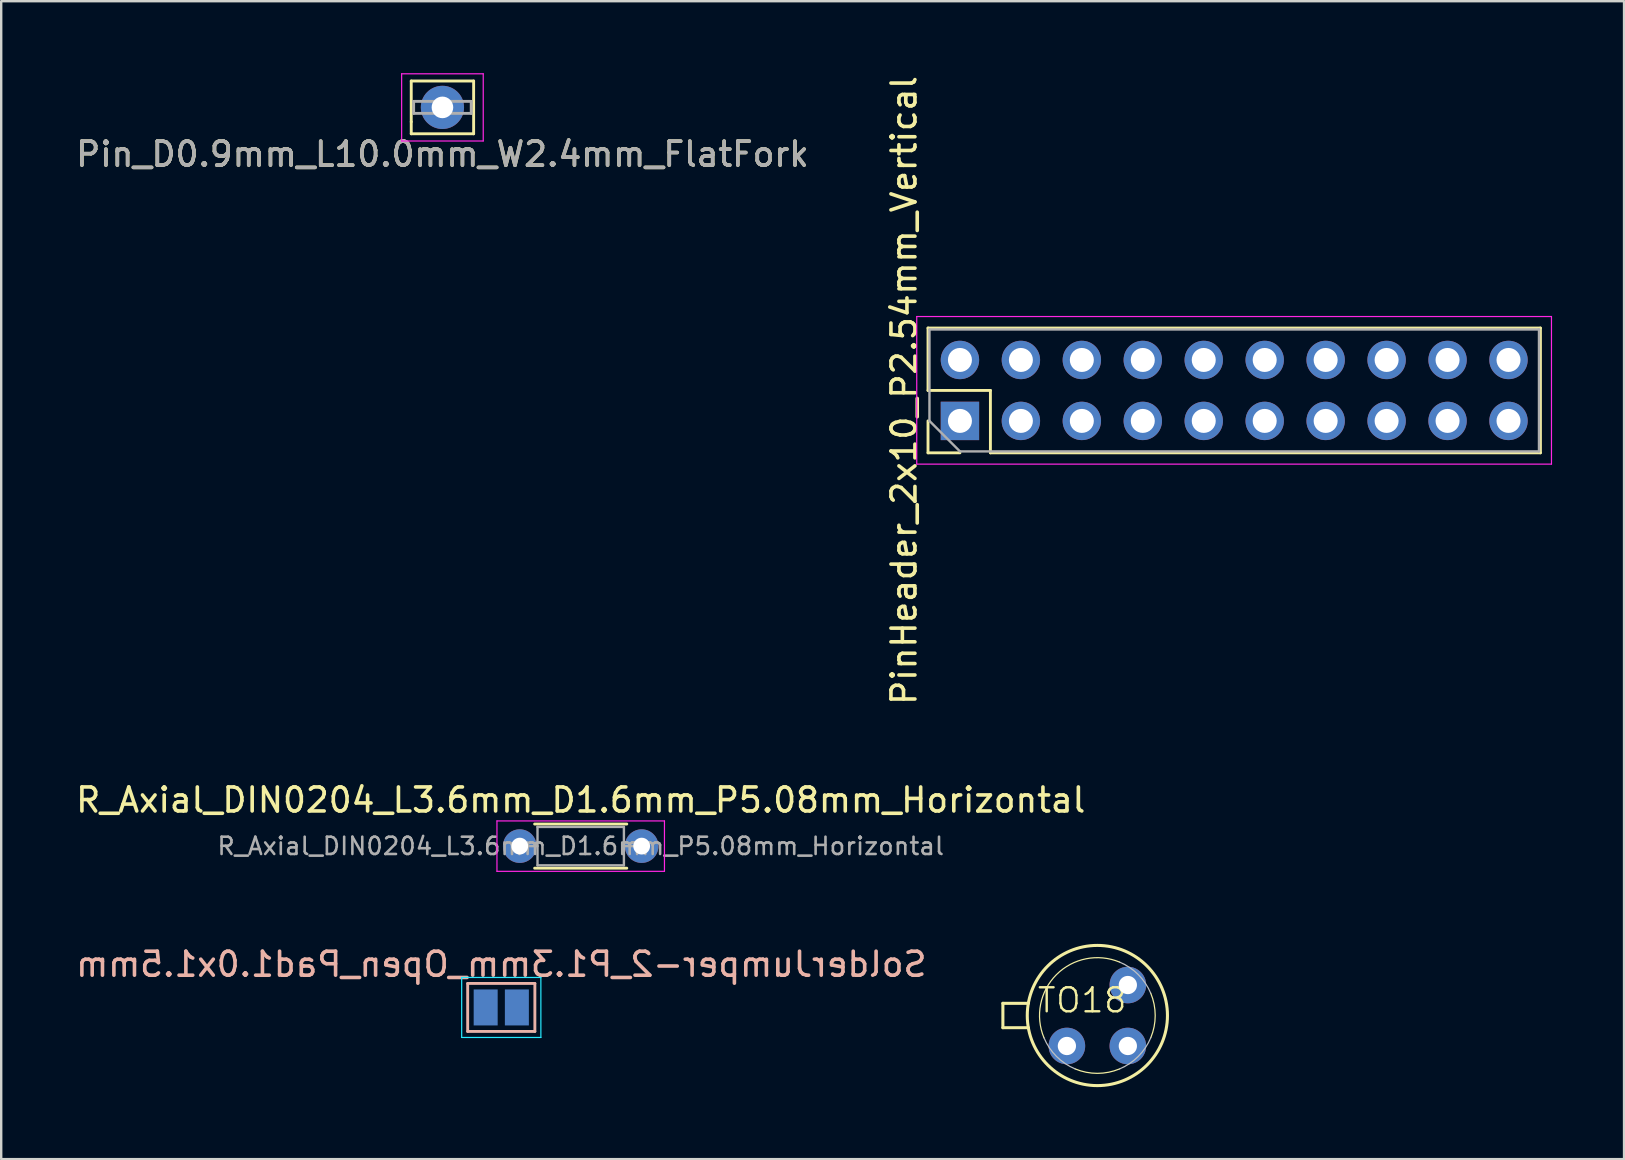
<source format=kicad_pcb>
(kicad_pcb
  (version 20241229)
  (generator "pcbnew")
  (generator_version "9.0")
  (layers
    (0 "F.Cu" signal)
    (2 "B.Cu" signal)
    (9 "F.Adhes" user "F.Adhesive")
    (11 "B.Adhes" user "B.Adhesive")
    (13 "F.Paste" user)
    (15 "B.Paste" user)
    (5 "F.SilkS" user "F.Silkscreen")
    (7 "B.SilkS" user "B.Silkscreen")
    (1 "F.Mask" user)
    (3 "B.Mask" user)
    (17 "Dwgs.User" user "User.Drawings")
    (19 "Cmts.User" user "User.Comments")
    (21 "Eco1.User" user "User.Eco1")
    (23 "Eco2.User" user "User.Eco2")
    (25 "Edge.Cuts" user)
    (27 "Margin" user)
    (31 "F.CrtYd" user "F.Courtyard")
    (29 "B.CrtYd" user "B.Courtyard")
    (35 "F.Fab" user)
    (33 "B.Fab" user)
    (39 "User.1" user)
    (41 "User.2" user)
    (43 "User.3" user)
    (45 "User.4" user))
  (footprint "PinHeader_2x10_P2.54mm_Vertical"
    (layer "F.Cu")
    (at 36.952 14.49)
    (property "Reference" "PinHeader_2x10_P2.54mm_Vertical" (at -2.33 -1.27 90) (layer "F.SilkS") (effects (font (size 1 1) (thickness 0.15))))
    (attr through_hole)
    (fp_line (start -1.33 -3.87) (end 24.19 -3.87) (stroke (width 0.12) (type solid)) (layer "F.SilkS"))
    (fp_line (start -1.33 -1.27) (end -1.33 -3.87) (stroke (width 0.12) (type solid)) (layer "F.SilkS"))
    (fp_line (start -1.33 1.33) (end -1.33 0) (stroke (width 0.12) (type solid)) (layer "F.SilkS"))
    (fp_line (start 0 1.33) (end -1.33 1.33) (stroke (width 0.12) (type solid)) (layer "F.SilkS"))
    (fp_line (start 1.27 -1.27) (end -1.33 -1.27) (stroke (width 0.12) (type solid)) (layer "F.SilkS"))
    (fp_line (start 1.27 1.33) (end 1.27 -1.27) (stroke (width 0.12) (type solid)) (layer "F.SilkS"))
    (fp_line (start 1.27 1.33) (end 24.19 1.33) (stroke (width 0.12) (type solid)) (layer "F.SilkS"))
    (fp_line (start 24.19 1.33) (end 24.19 -3.87) (stroke (width 0.12) (type solid)) (layer "F.SilkS"))
    (fp_line (start -1.8 -4.35) (end -1.8 1.8) (stroke (width 0.05) (type solid)) (layer "F.CrtYd"))
    (fp_line (start -1.8 1.8) (end 24.65 1.8) (stroke (width 0.05) (type solid)) (layer "F.CrtYd"))
    (fp_line (start 24.65 -4.35) (end -1.8 -4.35) (stroke (width 0.05) (type solid)) (layer "F.CrtYd"))
    (fp_line (start 24.65 1.8) (end 24.65 -4.35) (stroke (width 0.05) (type solid)) (layer "F.CrtYd"))
    (fp_line (start -1.27 -3.81) (end 24.13 -3.81) (stroke (width 0.1) (type solid)) (layer "F.Fab"))
    (fp_line (start -1.27 0) (end -1.27 -3.81) (stroke (width 0.1) (type solid)) (layer "F.Fab"))
    (fp_line (start 0 1.27) (end -1.27 0) (stroke (width 0.1) (type solid)) (layer "F.Fab"))
    (fp_line (start 24.13 -3.81) (end 24.13 1.27) (stroke (width 0.1) (type solid)) (layer "F.Fab"))
    (fp_line (start 24.13 1.27) (end 0 1.27) (stroke (width 0.1) (type solid)) (layer "F.Fab"))
    (pad "1" thru_hole rect (at 0 0 90) (size 1.6 1.6) (drill 1) (layers "*.Cu" "*.Mask"))
    (pad "2" thru_hole oval (at 2.54 0 90) (size 1.6 1.6) (drill 1) (layers "*.Cu" "*.Mask"))
    (pad "3" thru_hole oval (at 5.08 0 90) (size 1.6 1.6) (drill 1) (layers "*.Cu" "*.Mask"))
    (pad "4" thru_hole oval (at 7.62 0 90) (size 1.6 1.6) (drill 1) (layers "*.Cu" "*.Mask"))
    (pad "5" thru_hole oval (at 10.16 0 90) (size 1.6 1.6) (drill 1) (layers "*.Cu" "*.Mask"))
    (pad "6" thru_hole oval (at 12.7 0 90) (size 1.6 1.6) (drill 1) (layers "*.Cu" "*.Mask"))
    (pad "7" thru_hole oval (at 15.24 0 90) (size 1.6 1.6) (drill 1) (layers "*.Cu" "*.Mask"))
    (pad "8" thru_hole oval (at 17.78 0 90) (size 1.6 1.6) (drill 1) (layers "*.Cu" "*.Mask"))
    (pad "9" thru_hole oval (at 20.32 0 90) (size 1.6 1.6) (drill 1) (layers "*.Cu" "*.Mask"))
    (pad "10" thru_hole oval (at 22.86 0 90) (size 1.6 1.6) (drill 1) (layers "*.Cu" "*.Mask"))
    (pad "11" thru_hole oval (at 22.86 -2.54 90) (size 1.6 1.6) (drill 1) (layers "*.Cu" "*.Mask"))
    (pad "12" thru_hole oval (at 20.32 -2.54 90) (size 1.6 1.6) (drill 1) (layers "*.Cu" "*.Mask"))
    (pad "13" thru_hole oval (at 17.78 -2.54 90) (size 1.6 1.6) (drill 1) (layers "*.Cu" "*.Mask"))
    (pad "14" thru_hole oval (at 15.24 -2.54 90) (size 1.6 1.6) (drill 1) (layers "*.Cu" "*.Mask"))
    (pad "15" thru_hole oval (at 12.7 -2.54 90) (size 1.6 1.6) (drill 1) (layers "*.Cu" "*.Mask"))
    (pad "16" thru_hole oval (at 10.16 -2.54 90) (size 1.6 1.6) (drill 1) (layers "*.Cu" "*.Mask"))
    (pad "17" thru_hole oval (at 7.62 -2.54 90) (size 1.6 1.6) (drill 1) (layers "*.Cu" "*.Mask"))
    (pad "18" thru_hole oval (at 5.08 -2.54 90) (size 1.6 1.6) (drill 1) (layers "*.Cu" "*.Mask"))
    (pad "19" thru_hole oval (at 2.54 -2.54 90) (size 1.6 1.6) (drill 1) (layers "*.Cu" "*.Mask"))
    (pad "20" thru_hole oval (at 0 -2.54 90) (size 1.6 1.6) (drill 1) (layers "*.Cu" "*.Mask")))
  (footprint "Pin_D0.9mm_L10.0mm_W2.4mm_FlatFork"
    (layer "F.Cu")
    (at 15.387 1.425)
    (property "Reference" "Pin_D0.9mm_L10.0mm_W2.4mm_FlatFork" (at 0 1.95 0) (layer "F.SilkS") (effects (font (size 1 1) (thickness 0.15))))
    (attr through_hole)
    (fp_line (start -1.3 -1.1) (end -1.3 0.6) (stroke (width 0.12) (type solid)) (layer "F.SilkS"))
    (fp_line (start -1.3 0.6) (end -1.3 1.1) (stroke (width 0.12) (type solid)) (layer "F.SilkS"))
    (fp_line (start -1.3 1.1) (end 1.3 1.1) (stroke (width 0.12) (type solid)) (layer "F.SilkS"))
    (fp_line (start 1.3 -1.1) (end -1.3 -1.1) (stroke (width 0.12) (type solid)) (layer "F.SilkS"))
    (fp_line (start 1.3 1.1) (end 1.3 -1.1) (stroke (width 0.12) (type solid)) (layer "F.SilkS"))
    (fp_line (start -1.7 -1.4) (end -1.7 1.4) (stroke (width 0.05) (type solid)) (layer "F.CrtYd"))
    (fp_line (start -1.7 -1.4) (end 1.7 -1.4) (stroke (width 0.05) (type solid)) (layer "F.CrtYd"))
    (fp_line (start 1.7 1.4) (end -1.7 1.4) (stroke (width 0.05) (type solid)) (layer "F.CrtYd"))
    (fp_line (start 1.7 1.4) (end 1.7 -1.4) (stroke (width 0.05) (type solid)) (layer "F.CrtYd"))
    (fp_line (start -1.2 -0.25) (end -1.2 0.25) (stroke (width 0.12) (type solid)) (layer "F.Fab"))
    (fp_line (start -1.2 0.25) (end 1.2 0.25) (stroke (width 0.12) (type solid)) (layer "F.Fab"))
    (fp_line (start 1.2 -0.25) (end -1.2 -0.25) (stroke (width 0.12) (type solid)) (layer "F.Fab"))
    (fp_line (start 1.2 0.25) (end 1.2 -0.25) (stroke (width 0.12) (type solid)) (layer "F.Fab"))
    (fp_text user "${REFERENCE}" (at 0 1.95 0) (layer "F.Fab") (effects (font (size 1 1) (thickness 0.15))))
    (pad "1" thru_hole circle (at 0 0) (size 1.8 1.8) (drill 0.9) (layers "*.Cu" "*.Mask")))
  (footprint "R_Axial_DIN0204_L3.6mm_D1.6mm_P5.08mm_Horizontal"
    (layer "F.Cu")
    (at 18.609 32.209)
    (property "Reference" "R_Axial_DIN0204_L3.6mm_D1.6mm_P5.08mm_Horizontal" (at 2.54 -1.92 0) (layer "F.SilkS") (effects (font (size 1 1) (thickness 0.15))))
    (attr through_hole)
    (fp_line (start 0.62 -0.92) (end 4.46 -0.92) (stroke (width 0.12) (type solid)) (layer "F.SilkS"))
    (fp_line (start 0.62 0.92) (end 4.46 0.92) (stroke (width 0.12) (type solid)) (layer "F.SilkS"))
    (fp_line (start -0.95 -1.05) (end -0.95 1.05) (stroke (width 0.05) (type solid)) (layer "F.CrtYd"))
    (fp_line (start -0.95 1.05) (end 6.03 1.05) (stroke (width 0.05) (type solid)) (layer "F.CrtYd"))
    (fp_line (start 6.03 -1.05) (end -0.95 -1.05) (stroke (width 0.05) (type solid)) (layer "F.CrtYd"))
    (fp_line (start 6.03 1.05) (end 6.03 -1.05) (stroke (width 0.05) (type solid)) (layer "F.CrtYd"))
    (fp_line (start 0 0) (end 0.74 0) (stroke (width 0.1) (type solid)) (layer "F.Fab"))
    (fp_line (start 0.74 -0.8) (end 0.74 0.8) (stroke (width 0.1) (type solid)) (layer "F.Fab"))
    (fp_line (start 0.74 0.8) (end 4.34 0.8) (stroke (width 0.1) (type solid)) (layer "F.Fab"))
    (fp_line (start 4.34 -0.8) (end 0.74 -0.8) (stroke (width 0.1) (type solid)) (layer "F.Fab"))
    (fp_line (start 4.34 0.8) (end 4.34 -0.8) (stroke (width 0.1) (type solid)) (layer "F.Fab"))
    (fp_line (start 5.08 0) (end 4.34 0) (stroke (width 0.1) (type solid)) (layer "F.Fab"))
    (fp_text user "${REFERENCE}" (at 2.54 0 0) (layer "F.Fab") (effects (font (size 0.72 0.72) (thickness 0.108))))
    (pad "1" thru_hole circle (at 0 0) (size 1.4 1.4) (drill 0.7) (layers "*.Cu" "*.Mask"))
    (pad "2" thru_hole oval (at 5.08 0) (size 1.4 1.4) (drill 0.7) (layers "*.Cu" "*.Mask")))
  (footprint "TO18"
    (layer "F.Cu")
    (at 42.679 39.268)
    (property "Reference" "TO18" (at -0.635 -0.635 0) (layer "F.SilkS") (effects (font (size 1 1) (thickness 0.1))))
    (attr exclude_from_pos_files exclude_from_bom)
    (fp_line (start -3.937 -0.508) (end -2.875 -0.508) (stroke (width 0.127) (type solid)) (layer "F.SilkS"))
    (fp_line (start -3.937 0.508) (end -3.937 -0.508) (stroke (width 0.127) (type solid)) (layer "F.SilkS"))
    (fp_line (start -3.937 0.508) (end -2.875 0.508) (stroke (width 0.127) (type solid)) (layer "F.SilkS"))
    (fp_arc (start -2.22504 0.9271) (mid -1.705043 -1.703862) (end 0.925557 -2.225682) (stroke (width 0.0508) (type solid)) (layer "F.SilkS"))
    (fp_arc (start 0.9271 2.22504) (mid 0.000836 2.41046) (end -0.925557 2.225682) (stroke (width 0.0508) (type solid)) (layer "F.SilkS"))
    (fp_arc (start 2.22504 -0.9271) (mid 2.41046 -0.000836) (end 2.225682 0.925557) (stroke (width 0.0508) (type solid)) (layer "F.SilkS"))
    (fp_circle (center 0 0) (end 0 -2.921) (stroke (width 0.127) (type solid)) (fill no) (layer "F.SilkS"))
    (fp_arc (start -0.9271 2.22504) (mid -1.703556 1.705349) (end -2.224064 0.92944) (stroke (width 0.0508) (type solid)) (layer "Dwgs.User"))
    (fp_arc (start 0.9271 -2.22504) (mid 1.703556 -1.705349) (end 2.224064 -0.92944) (stroke (width 0.0508) (type solid)) (layer "Dwgs.User"))
    (fp_arc (start 2.22504 0.9271) (mid 1.705349 1.703556) (end 0.92944 2.224064) (stroke (width 0.0508) (type solid)) (layer "Dwgs.User"))
    (pad "1" thru_hole circle (at -1.27 1.27) (size 1.524 1.524) (drill 0.762) (layers "*.Cu" "*.Mask"))
    (pad "2" thru_hole circle (at 1.27 1.27) (size 1.524 1.524) (drill 0.762) (layers "*.Cu" "*.Mask"))
    (pad "3" thru_hole circle (at 1.27 -1.27) (size 1.524 1.524) (drill 0.762) (layers "*.Cu" "*.Mask")))
  (footprint "SolderJumper-2_P1.3mm_Open_Pad1.0x1.5mm"
    (layer "F.Cu")
    (at 17.839 38.932)
    (property "Reference" "SolderJumper-2_P1.3mm_Open_Pad1.0x1.5mm" (at 0 -1.8 0) (layer "B.SilkS") (effects (font (size 1 1) (thickness 0.15)) (justify mirror)))
    (attr exclude_from_pos_files exclude_from_bom)
    (fp_line (start -1.4 -1) (end -1.4 1) (stroke (width 0.12) (type solid)) (layer "B.SilkS"))
    (fp_line (start -1.4 1) (end 1.4 1) (stroke (width 0.12) (type solid)) (layer "B.SilkS"))
    (fp_line (start 1.4 -1) (end -1.4 -1) (stroke (width 0.12) (type solid)) (layer "B.SilkS"))
    (fp_line (start 1.4 1) (end 1.4 -1) (stroke (width 0.12) (type solid)) (layer "B.SilkS"))
    (fp_line (start -1.65 1.25) (end -1.65 -1.25) (stroke (width 0.05) (type solid)) (layer "B.CrtYd"))
    (fp_line (start -1.65 1.25) (end 1.65 1.25) (stroke (width 0.05) (type solid)) (layer "B.CrtYd"))
    (fp_line (start 1.65 -1.25) (end -1.65 -1.25) (stroke (width 0.05) (type solid)) (layer "B.CrtYd"))
    (fp_line (start 1.65 -1.25) (end 1.65 1.25) (stroke (width 0.05) (type solid)) (layer "B.CrtYd"))
    (pad "1" smd rect (at 0.65 0) (size 1 1.5) (layers "B.Cu" "B.Mask"))
    (pad "2" smd rect (at -0.65 0) (size 1 1.5) (layers "B.Cu" "B.Mask")))
  (gr_rect
    (start -3 -3)
    (end 64.627 45.253)
    (stroke (width 0.1) (type default))
    (fill no)
    (layer "Edge.Cuts")))
</source>
